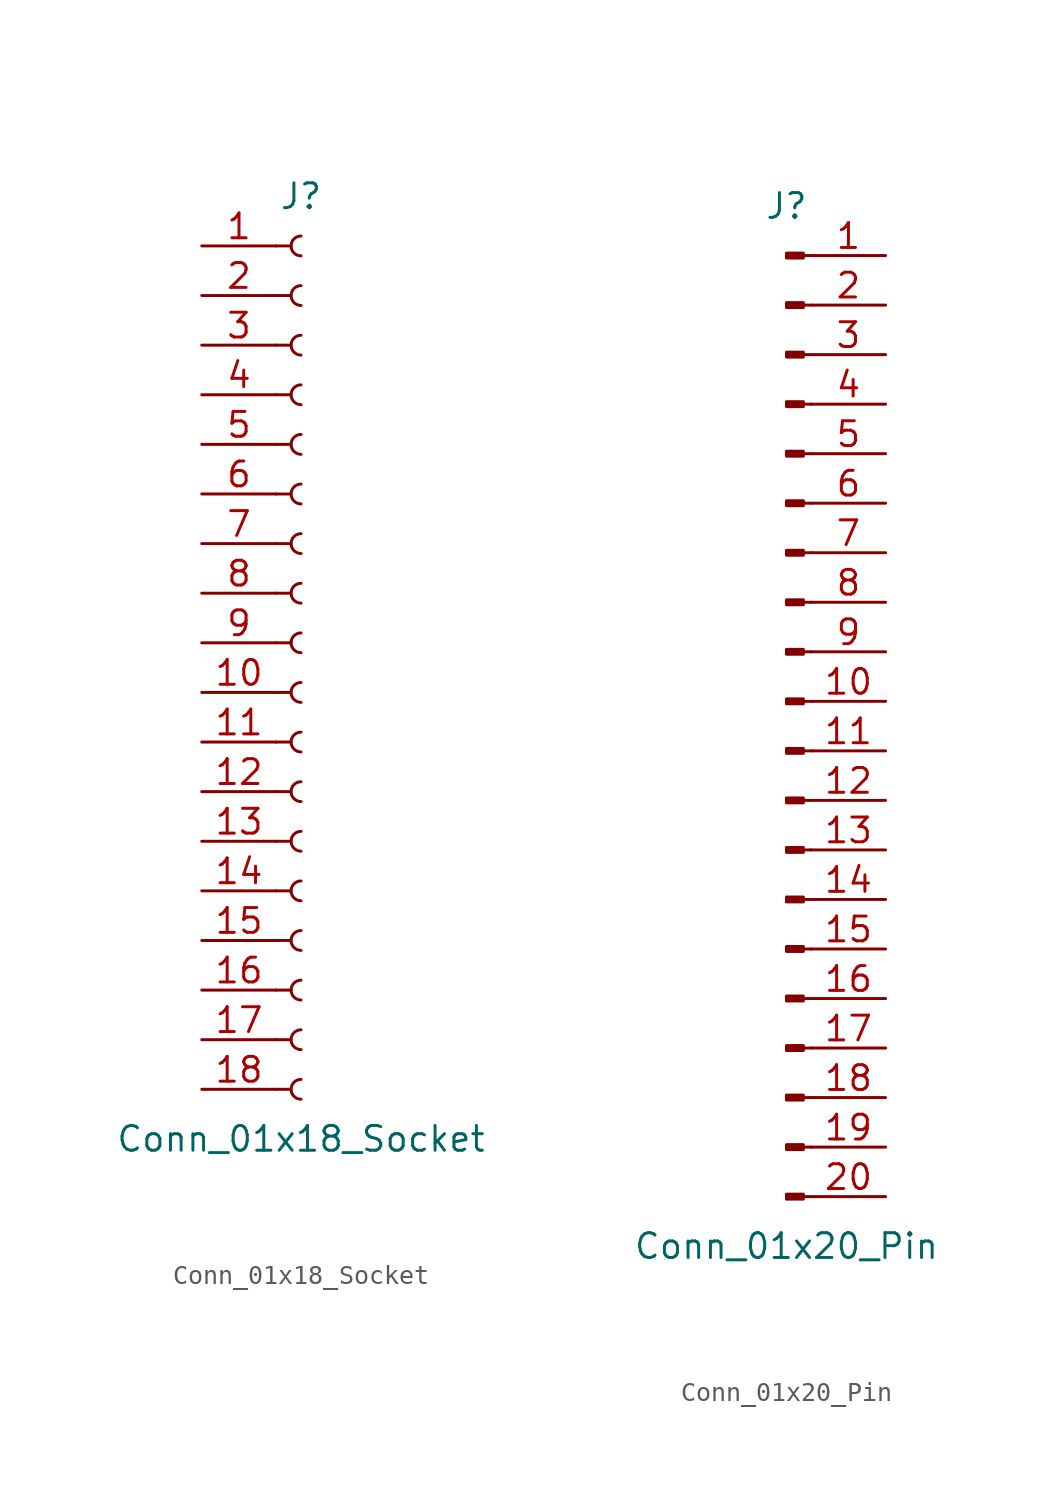
<source format=kicad_sym>
(kicad_symbol_lib
  (version 20241209)
  (generator "kicad_symbol_editor")
  (generator_version "9.0")
  (symbol "Conn_01x18_Socket"
    (pin_names
      (offset 1.016)
      (hide yes))
    (property "Reference" "J"
      (at 0 22.86 0)
      (effects (font (size 1.27 1.27))))
    (property "Value" "Conn_01x18_Socket"
      (at 0 -25.4 0)
      (effects (font (size 1.27 1.27))))
    (property "ki_locked" ""
      (at 0 0 0)
      (effects (font (size 1.27 1.27))))
    (symbol "Conn_01x18_Socket_1_1"
      (polyline (pts (xy -1.27 20.32) (xy -0.508 20.32)) (stroke (width 0.152) (type default)) (fill (type none)))
      (polyline (pts (xy -1.27 17.78) (xy -0.508 17.78)) (stroke (width 0.152) (type default)) (fill (type none)))
      (polyline (pts (xy -1.27 15.24) (xy -0.508 15.24)) (stroke (width 0.152) (type default)) (fill (type none)))
      (polyline (pts (xy -1.27 12.7) (xy -0.508 12.7)) (stroke (width 0.152) (type default)) (fill (type none)))
      (polyline (pts (xy -1.27 10.16) (xy -0.508 10.16)) (stroke (width 0.152) (type default)) (fill (type none)))
      (polyline (pts (xy -1.27 7.62) (xy -0.508 7.62)) (stroke (width 0.152) (type default)) (fill (type none)))
      (polyline (pts (xy -1.27 5.08) (xy -0.508 5.08)) (stroke (width 0.152) (type default)) (fill (type none)))
      (polyline (pts (xy -1.27 2.54) (xy -0.508 2.54)) (stroke (width 0.152) (type default)) (fill (type none)))
      (polyline (pts (xy -1.27 0) (xy -0.508 0)) (stroke (width 0.152) (type default)) (fill (type none)))
      (polyline (pts (xy -1.27 -2.54) (xy -0.508 -2.54)) (stroke (width 0.152) (type default)) (fill (type none)))
      (polyline (pts (xy -1.27 -5.08) (xy -0.508 -5.08)) (stroke (width 0.152) (type default)) (fill (type none)))
      (polyline (pts (xy -1.27 -7.62) (xy -0.508 -7.62)) (stroke (width 0.152) (type default)) (fill (type none)))
      (polyline (pts (xy -1.27 -10.16) (xy -0.508 -10.16)) (stroke (width 0.152) (type default)) (fill (type none)))
      (polyline (pts (xy -1.27 -12.7) (xy -0.508 -12.7)) (stroke (width 0.152) (type default)) (fill (type none)))
      (polyline (pts (xy -1.27 -15.24) (xy -0.508 -15.24)) (stroke (width 0.152) (type default)) (fill (type none)))
      (polyline (pts (xy -1.27 -17.78) (xy -0.508 -17.78)) (stroke (width 0.152) (type default)) (fill (type none)))
      (polyline (pts (xy -1.27 -20.32) (xy -0.508 -20.32)) (stroke (width 0.152) (type default)) (fill (type none)))
      (polyline (pts (xy -1.27 -22.86) (xy -0.508 -22.86)) (stroke (width 0.152) (type default)) (fill (type none)))
      (arc (start 0 19.812) (mid -0.5058 20.32) (end 0 20.828) (stroke (width 0.1524) (type default)) (fill (type none)))
      (arc (start 0 17.272) (mid -0.5058 17.78) (end 0 18.288) (stroke (width 0.1524) (type default)) (fill (type none)))
      (arc (start 0 14.732) (mid -0.5058 15.24) (end 0 15.748) (stroke (width 0.1524) (type default)) (fill (type none)))
      (arc (start 0 12.192) (mid -0.5058 12.7) (end 0 13.208) (stroke (width 0.1524) (type default)) (fill (type none)))
      (arc (start 0 9.652) (mid -0.5058 10.16) (end 0 10.668) (stroke (width 0.1524) (type default)) (fill (type none)))
      (arc (start 0 7.112) (mid -0.5058 7.62) (end 0 8.128) (stroke (width 0.1524) (type default)) (fill (type none)))
      (arc (start 0 4.572) (mid -0.5058 5.08) (end 0 5.588) (stroke (width 0.1524) (type default)) (fill (type none)))
      (arc (start 0 2.032) (mid -0.5058 2.54) (end 0 3.048) (stroke (width 0.1524) (type default)) (fill (type none)))
      (arc (start 0 -0.508) (mid -0.5058 0) (end 0 0.508) (stroke (width 0.1524) (type default)) (fill (type none)))
      (arc (start 0 -3.048) (mid -0.5058 -2.54) (end 0 -2.032) (stroke (width 0.1524) (type default)) (fill (type none)))
      (arc (start 0 -5.588) (mid -0.5058 -5.08) (end 0 -4.572) (stroke (width 0.1524) (type default)) (fill (type none)))
      (arc (start 0 -8.128) (mid -0.5058 -7.62) (end 0 -7.112) (stroke (width 0.1524) (type default)) (fill (type none)))
      (arc (start 0 -10.668) (mid -0.5058 -10.16) (end 0 -9.652) (stroke (width 0.1524) (type default)) (fill (type none)))
      (arc (start 0 -13.208) (mid -0.5058 -12.7) (end 0 -12.192) (stroke (width 0.1524) (type default)) (fill (type none)))
      (arc (start 0 -15.748) (mid -0.5058 -15.24) (end 0 -14.732) (stroke (width 0.1524) (type default)) (fill (type none)))
      (arc (start 0 -18.288) (mid -0.5058 -17.78) (end 0 -17.272) (stroke (width 0.1524) (type default)) (fill (type none)))
      (arc (start 0 -20.828) (mid -0.5058 -20.32) (end 0 -19.812) (stroke (width 0.1524) (type default)) (fill (type none)))
      (arc (start 0 -23.368) (mid -0.5058 -22.86) (end 0 -22.352) (stroke (width 0.1524) (type default)) (fill (type none)))
      (pin passive line (at -5.08 20.32 0) (length 3.81) (name "Pin_1" (effects (font (size 1.27 1.27)))) (number "1" (effects (font (size 1.27 1.27)))))
      (pin passive line (at -5.08 17.78 0) (length 3.81) (name "Pin_2" (effects (font (size 1.27 1.27)))) (number "2" (effects (font (size 1.27 1.27)))))
      (pin passive line (at -5.08 15.24 0) (length 3.81) (name "Pin_3" (effects (font (size 1.27 1.27)))) (number "3" (effects (font (size 1.27 1.27)))))
      (pin passive line (at -5.08 12.7 0) (length 3.81) (name "Pin_4" (effects (font (size 1.27 1.27)))) (number "4" (effects (font (size 1.27 1.27)))))
      (pin passive line (at -5.08 10.16 0) (length 3.81) (name "Pin_5" (effects (font (size 1.27 1.27)))) (number "5" (effects (font (size 1.27 1.27)))))
      (pin passive line (at -5.08 7.62 0) (length 3.81) (name "Pin_6" (effects (font (size 1.27 1.27)))) (number "6" (effects (font (size 1.27 1.27)))))
      (pin passive line (at -5.08 5.08 0) (length 3.81) (name "Pin_7" (effects (font (size 1.27 1.27)))) (number "7" (effects (font (size 1.27 1.27)))))
      (pin passive line (at -5.08 2.54 0) (length 3.81) (name "Pin_8" (effects (font (size 1.27 1.27)))) (number "8" (effects (font (size 1.27 1.27)))))
      (pin passive line (at -5.08 0 0) (length 3.81) (name "Pin_9" (effects (font (size 1.27 1.27)))) (number "9" (effects (font (size 1.27 1.27)))))
      (pin passive line (at -5.08 -2.54 0) (length 3.81) (name "Pin_10" (effects (font (size 1.27 1.27)))) (number "10" (effects (font (size 1.27 1.27)))))
      (pin passive line (at -5.08 -5.08 0) (length 3.81) (name "Pin_11" (effects (font (size 1.27 1.27)))) (number "11" (effects (font (size 1.27 1.27)))))
      (pin passive line (at -5.08 -7.62 0) (length 3.81) (name "Pin_12" (effects (font (size 1.27 1.27)))) (number "12" (effects (font (size 1.27 1.27)))))
      (pin passive line (at -5.08 -10.16 0) (length 3.81) (name "Pin_13" (effects (font (size 1.27 1.27)))) (number "13" (effects (font (size 1.27 1.27)))))
      (pin passive line (at -5.08 -12.7 0) (length 3.81) (name "Pin_14" (effects (font (size 1.27 1.27)))) (number "14" (effects (font (size 1.27 1.27)))))
      (pin passive line (at -5.08 -15.24 0) (length 3.81) (name "Pin_15" (effects (font (size 1.27 1.27)))) (number "15" (effects (font (size 1.27 1.27)))))
      (pin passive line (at -5.08 -17.78 0) (length 3.81) (name "Pin_16" (effects (font (size 1.27 1.27)))) (number "16" (effects (font (size 1.27 1.27)))))
      (pin passive line (at -5.08 -20.32 0) (length 3.81) (name "Pin_17" (effects (font (size 1.27 1.27)))) (number "17" (effects (font (size 1.27 1.27)))))
      (pin passive line (at -5.08 -22.86 0) (length 3.81) (name "Pin_18" (effects (font (size 1.27 1.27)))) (number "18" (effects (font (size 1.27 1.27)))))))
  (symbol "Conn_01x20_Pin"
    (pin_names
      (offset 1.016)
      (hide yes))
    (property "Reference" "J"
      (at 0 25.4 0)
      (effects (font (size 1.27 1.27))))
    (property "Value" "Conn_01x20_Pin"
      (at 0 -27.94 0)
      (effects (font (size 1.27 1.27))))
    (property "ki_locked" ""
      (at 0 0 0)
      (effects (font (size 1.27 1.27))))
    (symbol "Conn_01x20_Pin_1_1"
      (rectangle (start 0.864 22.987) (end 0 22.733) (stroke (width 0.152) (type default)) (fill (type outline)))
      (rectangle (start 0.864 20.447) (end 0 20.193) (stroke (width 0.152) (type default)) (fill (type outline)))
      (rectangle (start 0.864 17.907) (end 0 17.653) (stroke (width 0.152) (type default)) (fill (type outline)))
      (rectangle (start 0.864 15.367) (end 0 15.113) (stroke (width 0.152) (type default)) (fill (type outline)))
      (rectangle (start 0.864 12.827) (end 0 12.573) (stroke (width 0.152) (type default)) (fill (type outline)))
      (rectangle (start 0.864 10.287) (end 0 10.033) (stroke (width 0.152) (type default)) (fill (type outline)))
      (rectangle (start 0.864 7.747) (end 0 7.493) (stroke (width 0.152) (type default)) (fill (type outline)))
      (rectangle (start 0.864 5.207) (end 0 4.953) (stroke (width 0.152) (type default)) (fill (type outline)))
      (rectangle (start 0.864 2.667) (end 0 2.413) (stroke (width 0.152) (type default)) (fill (type outline)))
      (rectangle (start 0.864 0.127) (end 0 -0.127) (stroke (width 0.152) (type default)) (fill (type outline)))
      (rectangle (start 0.864 -2.413) (end 0 -2.667) (stroke (width 0.152) (type default)) (fill (type outline)))
      (rectangle (start 0.864 -4.953) (end 0 -5.207) (stroke (width 0.152) (type default)) (fill (type outline)))
      (rectangle (start 0.864 -7.493) (end 0 -7.747) (stroke (width 0.152) (type default)) (fill (type outline)))
      (rectangle (start 0.864 -10.033) (end 0 -10.287) (stroke (width 0.152) (type default)) (fill (type outline)))
      (rectangle (start 0.864 -12.573) (end 0 -12.827) (stroke (width 0.152) (type default)) (fill (type outline)))
      (rectangle (start 0.864 -15.113) (end 0 -15.367) (stroke (width 0.152) (type default)) (fill (type outline)))
      (rectangle (start 0.864 -17.653) (end 0 -17.907) (stroke (width 0.152) (type default)) (fill (type outline)))
      (rectangle (start 0.864 -20.193) (end 0 -20.447) (stroke (width 0.152) (type default)) (fill (type outline)))
      (rectangle (start 0.864 -22.733) (end 0 -22.987) (stroke (width 0.152) (type default)) (fill (type outline)))
      (rectangle (start 0.864 -25.273) (end 0 -25.527) (stroke (width 0.152) (type default)) (fill (type outline)))
      (polyline (pts (xy 1.27 22.86) (xy 0.864 22.86)) (stroke (width 0.152) (type default)) (fill (type none)))
      (polyline (pts (xy 1.27 20.32) (xy 0.864 20.32)) (stroke (width 0.152) (type default)) (fill (type none)))
      (polyline (pts (xy 1.27 17.78) (xy 0.864 17.78)) (stroke (width 0.152) (type default)) (fill (type none)))
      (polyline (pts (xy 1.27 15.24) (xy 0.864 15.24)) (stroke (width 0.152) (type default)) (fill (type none)))
      (polyline (pts (xy 1.27 12.7) (xy 0.864 12.7)) (stroke (width 0.152) (type default)) (fill (type none)))
      (polyline (pts (xy 1.27 10.16) (xy 0.864 10.16)) (stroke (width 0.152) (type default)) (fill (type none)))
      (polyline (pts (xy 1.27 7.62) (xy 0.864 7.62)) (stroke (width 0.152) (type default)) (fill (type none)))
      (polyline (pts (xy 1.27 5.08) (xy 0.864 5.08)) (stroke (width 0.152) (type default)) (fill (type none)))
      (polyline (pts (xy 1.27 2.54) (xy 0.864 2.54)) (stroke (width 0.152) (type default)) (fill (type none)))
      (polyline (pts (xy 1.27 0) (xy 0.864 0)) (stroke (width 0.152) (type default)) (fill (type none)))
      (polyline (pts (xy 1.27 -2.54) (xy 0.864 -2.54)) (stroke (width 0.152) (type default)) (fill (type none)))
      (polyline (pts (xy 1.27 -5.08) (xy 0.864 -5.08)) (stroke (width 0.152) (type default)) (fill (type none)))
      (polyline (pts (xy 1.27 -7.62) (xy 0.864 -7.62)) (stroke (width 0.152) (type default)) (fill (type none)))
      (polyline (pts (xy 1.27 -10.16) (xy 0.864 -10.16)) (stroke (width 0.152) (type default)) (fill (type none)))
      (polyline (pts (xy 1.27 -12.7) (xy 0.864 -12.7)) (stroke (width 0.152) (type default)) (fill (type none)))
      (polyline (pts (xy 1.27 -15.24) (xy 0.864 -15.24)) (stroke (width 0.152) (type default)) (fill (type none)))
      (polyline (pts (xy 1.27 -17.78) (xy 0.864 -17.78)) (stroke (width 0.152) (type default)) (fill (type none)))
      (polyline (pts (xy 1.27 -20.32) (xy 0.864 -20.32)) (stroke (width 0.152) (type default)) (fill (type none)))
      (polyline (pts (xy 1.27 -22.86) (xy 0.864 -22.86)) (stroke (width 0.152) (type default)) (fill (type none)))
      (polyline (pts (xy 1.27 -25.4) (xy 0.864 -25.4)) (stroke (width 0.152) (type default)) (fill (type none)))
      (pin passive line (at 5.08 22.86 180) (length 3.81) (name "Pin_1" (effects (font (size 1.27 1.27)))) (number "1" (effects (font (size 1.27 1.27)))))
      (pin passive line (at 5.08 20.32 180) (length 3.81) (name "Pin_2" (effects (font (size 1.27 1.27)))) (number "2" (effects (font (size 1.27 1.27)))))
      (pin passive line (at 5.08 17.78 180) (length 3.81) (name "Pin_3" (effects (font (size 1.27 1.27)))) (number "3" (effects (font (size 1.27 1.27)))))
      (pin passive line (at 5.08 15.24 180) (length 3.81) (name "Pin_4" (effects (font (size 1.27 1.27)))) (number "4" (effects (font (size 1.27 1.27)))))
      (pin passive line (at 5.08 12.7 180) (length 3.81) (name "Pin_5" (effects (font (size 1.27 1.27)))) (number "5" (effects (font (size 1.27 1.27)))))
      (pin passive line (at 5.08 10.16 180) (length 3.81) (name "Pin_6" (effects (font (size 1.27 1.27)))) (number "6" (effects (font (size 1.27 1.27)))))
      (pin passive line (at 5.08 7.62 180) (length 3.81) (name "Pin_7" (effects (font (size 1.27 1.27)))) (number "7" (effects (font (size 1.27 1.27)))))
      (pin passive line (at 5.08 5.08 180) (length 3.81) (name "Pin_8" (effects (font (size 1.27 1.27)))) (number "8" (effects (font (size 1.27 1.27)))))
      (pin passive line (at 5.08 2.54 180) (length 3.81) (name "Pin_9" (effects (font (size 1.27 1.27)))) (number "9" (effects (font (size 1.27 1.27)))))
      (pin passive line (at 5.08 0 180) (length 3.81) (name "Pin_10" (effects (font (size 1.27 1.27)))) (number "10" (effects (font (size 1.27 1.27)))))
      (pin passive line (at 5.08 -2.54 180) (length 3.81) (name "Pin_11" (effects (font (size 1.27 1.27)))) (number "11" (effects (font (size 1.27 1.27)))))
      (pin passive line (at 5.08 -5.08 180) (length 3.81) (name "Pin_12" (effects (font (size 1.27 1.27)))) (number "12" (effects (font (size 1.27 1.27)))))
      (pin passive line (at 5.08 -7.62 180) (length 3.81) (name "Pin_13" (effects (font (size 1.27 1.27)))) (number "13" (effects (font (size 1.27 1.27)))))
      (pin passive line (at 5.08 -10.16 180) (length 3.81) (name "Pin_14" (effects (font (size 1.27 1.27)))) (number "14" (effects (font (size 1.27 1.27)))))
      (pin passive line (at 5.08 -12.7 180) (length 3.81) (name "Pin_15" (effects (font (size 1.27 1.27)))) (number "15" (effects (font (size 1.27 1.27)))))
      (pin passive line (at 5.08 -15.24 180) (length 3.81) (name "Pin_16" (effects (font (size 1.27 1.27)))) (number "16" (effects (font (size 1.27 1.27)))))
      (pin passive line (at 5.08 -17.78 180) (length 3.81) (name "Pin_17" (effects (font (size 1.27 1.27)))) (number "17" (effects (font (size 1.27 1.27)))))
      (pin passive line (at 5.08 -20.32 180) (length 3.81) (name "Pin_18" (effects (font (size 1.27 1.27)))) (number "18" (effects (font (size 1.27 1.27)))))
      (pin passive line (at 5.08 -22.86 180) (length 3.81) (name "Pin_19" (effects (font (size 1.27 1.27)))) (number "19" (effects (font (size 1.27 1.27)))))
      (pin passive line (at 5.08 -25.4 180) (length 3.81) (name "Pin_20" (effects (font (size 1.27 1.27)))) (number "20" (effects (font (size 1.27 1.27))))))))
</source>
